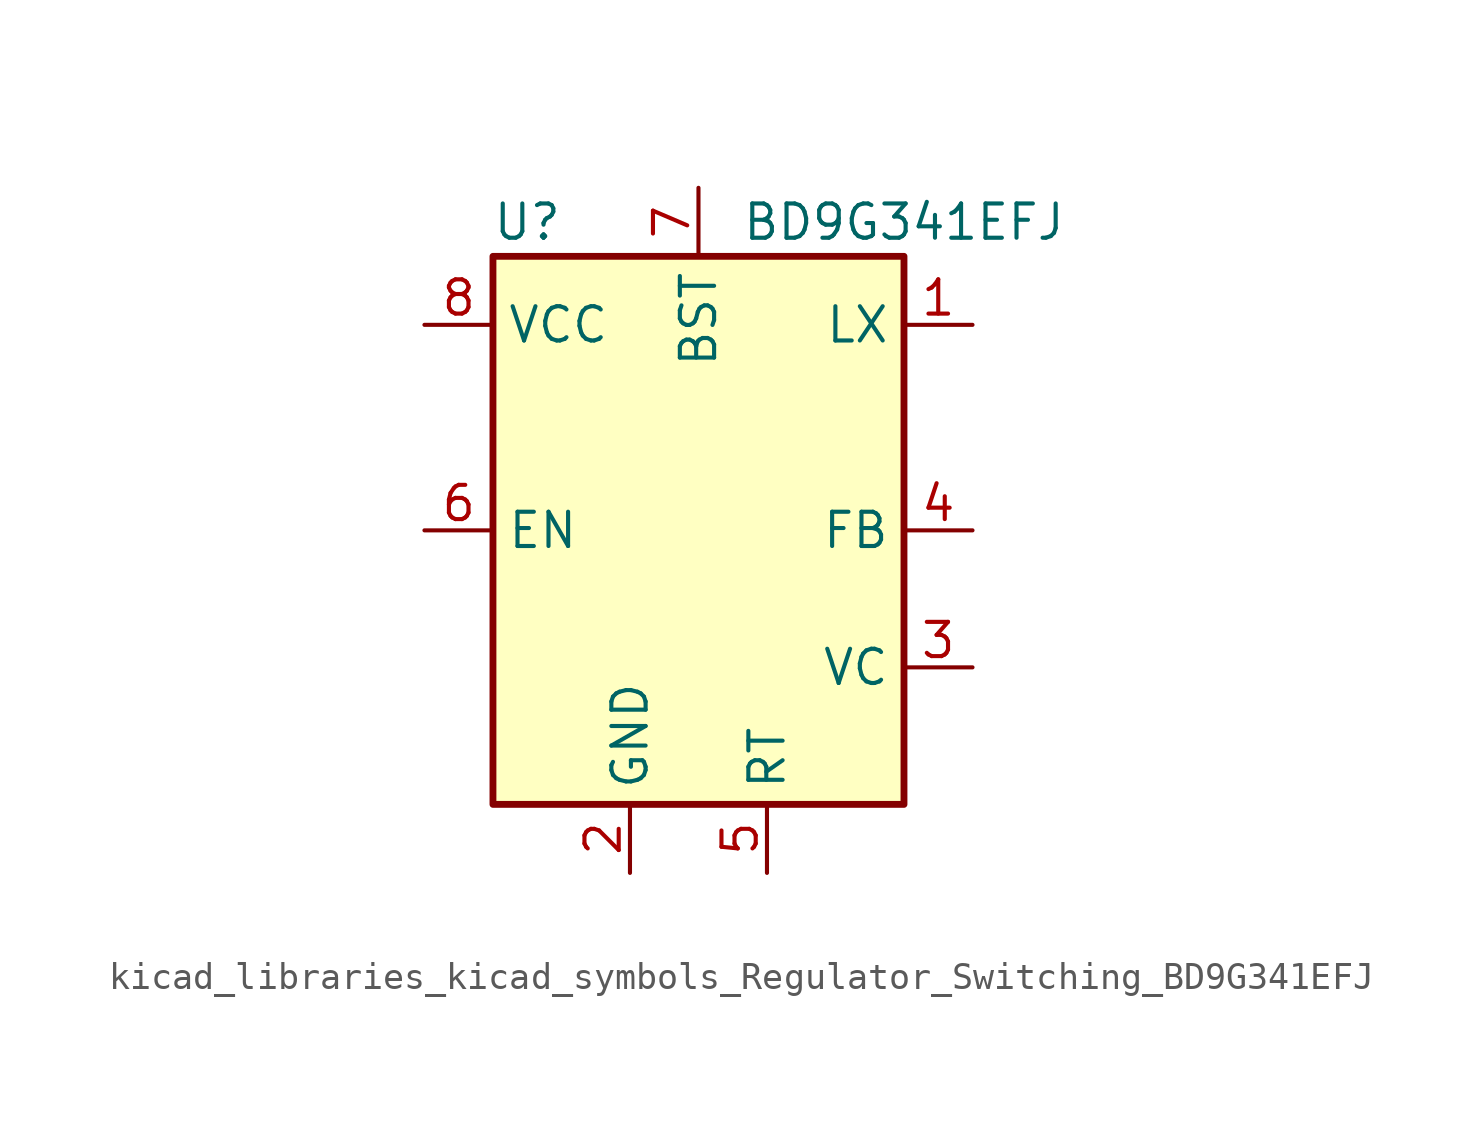
<source format=kicad_sym>
(kicad_symbol_lib
  (version 20220914)
  (generator kicad_symbol_editor)
  (symbol "kicad_libraries_kicad_symbols_Regulator_Switching_BD9G341EFJ"
    (property "Reference" "U"
      (at -6.35 11.43 0)
      (effects (font (size 1.27 1.27))))
    (property "Value" "BD9G341EFJ"
      (at 7.62 11.43 0)
      (effects (font (size 1.27 1.27))))
    (symbol "kicad_libraries_kicad_symbols_Regulator_Switching_BD9G341EFJ_0_1"
      (rectangle (start -7.62 10.16) (end 7.62 -10.16) (stroke (width 0.254) (type default)) (fill (type background))))
    (symbol "kicad_libraries_kicad_symbols_Regulator_Switching_BD9G341EFJ_1_1"
      (pin passive line (at 10.16 7.62 180) (length 2.54) (name "LX" (effects (font (size 1.27 1.27)))) (number "1" (effects (font (size 1.27 1.27)))))
      (pin power_in line (at -2.54 -12.7 90) (length 2.54) (name "GND" (effects (font (size 1.27 1.27)))) (number "2" (effects (font (size 1.27 1.27)))))
      (pin output line (at 10.16 -5.08 180) (length 2.54) (name "VC" (effects (font (size 1.27 1.27)))) (number "3" (effects (font (size 1.27 1.27)))))
      (pin input line (at 10.16 0 180) (length 2.54) (name "FB" (effects (font (size 1.27 1.27)))) (number "4" (effects (font (size 1.27 1.27)))))
      (pin input line (at 2.54 -12.7 90) (length 2.54) (name "RT" (effects (font (size 1.27 1.27)))) (number "5" (effects (font (size 1.27 1.27)))))
      (pin input line (at -10.16 0 0) (length 2.54) (name "EN" (effects (font (size 1.27 1.27)))) (number "6" (effects (font (size 1.27 1.27)))))
      (pin input line (at 0 12.7 270) (length 2.54) (name "BST" (effects (font (size 1.27 1.27)))) (number "7" (effects (font (size 1.27 1.27)))))
      (pin power_in line (at -10.16 7.62 0) (length 2.54) (name "VCC" (effects (font (size 1.27 1.27)))) (number "8" (effects (font (size 1.27 1.27))))))))
</source>
